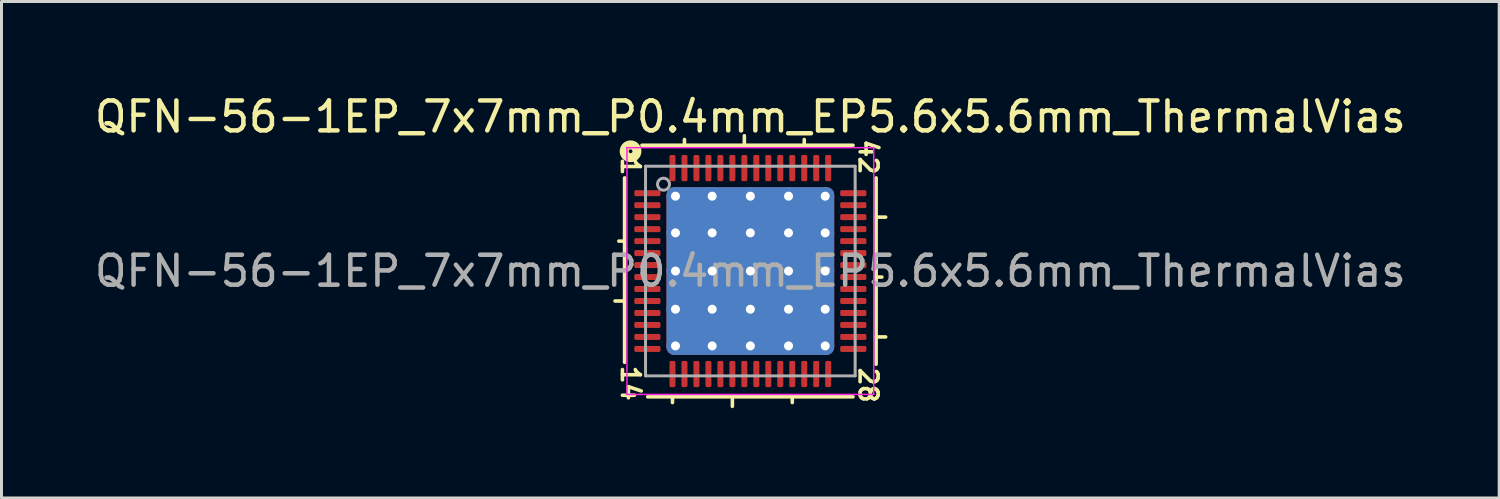
<source format=kicad_pcb>
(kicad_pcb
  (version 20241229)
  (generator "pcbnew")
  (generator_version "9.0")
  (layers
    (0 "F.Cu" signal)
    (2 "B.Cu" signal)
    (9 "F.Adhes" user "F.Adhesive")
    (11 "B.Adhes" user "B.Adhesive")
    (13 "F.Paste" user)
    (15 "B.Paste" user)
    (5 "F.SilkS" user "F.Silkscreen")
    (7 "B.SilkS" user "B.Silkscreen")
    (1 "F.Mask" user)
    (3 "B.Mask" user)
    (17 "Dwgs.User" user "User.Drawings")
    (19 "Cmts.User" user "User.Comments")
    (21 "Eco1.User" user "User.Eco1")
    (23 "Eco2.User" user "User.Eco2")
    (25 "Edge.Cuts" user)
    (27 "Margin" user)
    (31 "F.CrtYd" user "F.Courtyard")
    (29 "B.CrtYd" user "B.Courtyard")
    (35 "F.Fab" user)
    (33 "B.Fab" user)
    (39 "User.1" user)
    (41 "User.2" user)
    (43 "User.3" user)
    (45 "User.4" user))
  (footprint "QFN-56-1EP_7x7mm_P0.4mm_EP5.6x5.6mm_ThermalVias"
    (layer "F.Cu")
    (at 22.006 6.001)
    (property "Reference" "QFN-56-1EP_7x7mm_P0.4mm_EP5.6x5.6mm_ThermalVias" (at 0 -5.152 0) (layer "F.SilkS") (effects (font (size 1 1) (thickness 0.15))))
    (attr smd)
    (fp_line (start -4.2 -3.111) (end -4.2 3.048) (stroke (width 0.12) (type solid)) (layer "F.SilkS"))
    (fp_line (start -4.2 -1) (end -4.391 -1) (stroke (width 0.12) (type solid)) (layer "F.SilkS"))
    (fp_line (start -4.2 1) (end -4.518 1) (stroke (width 0.12) (type solid)) (layer "F.SilkS"))
    (fp_line (start -3.429 4.2) (end 3.429 4.2) (stroke (width 0.12) (type solid)) (layer "F.SilkS"))
    (fp_line (start -2.6 4.2) (end -2.6 4.391) (stroke (width 0.12) (type solid)) (layer "F.SilkS"))
    (fp_line (start -2.2 -4.2) (end -2.2 -4.391) (stroke (width 0.12) (type solid)) (layer "F.SilkS"))
    (fp_line (start -0.6 4.2) (end -0.6 4.518) (stroke (width 0.12) (type solid)) (layer "F.SilkS"))
    (fp_line (start -0.2 -4.2) (end -0.2 -4.518) (stroke (width 0.12) (type solid)) (layer "F.SilkS"))
    (fp_line (start 1.4 4.2) (end 1.4 4.391) (stroke (width 0.12) (type solid)) (layer "F.SilkS"))
    (fp_line (start 1.8 -4.2) (end 1.8 -4.391) (stroke (width 0.12) (type solid)) (layer "F.SilkS"))
    (fp_line (start 3.429 -4.2) (end -3.619 -4.2) (stroke (width 0.12) (type solid)) (layer "F.SilkS"))
    (fp_line (start 4.2 -1.8) (end 4.518 -1.8) (stroke (width 0.12) (type solid)) (layer "F.SilkS"))
    (fp_line (start 4.2 0.2) (end 4.391 0.2) (stroke (width 0.12) (type solid)) (layer "F.SilkS"))
    (fp_line (start 4.2 2.2) (end 4.518 2.2) (stroke (width 0.12) (type solid)) (layer "F.SilkS"))
    (fp_line (start 4.2 3.111) (end 4.2 -3.111) (stroke (width 0.12) (type solid)) (layer "F.SilkS"))
    (fp_circle (center -4 -4) (end -3.937 -4) (stroke (width 0.3) (type solid)) (fill no) (layer "F.SilkS"))
    (fp_line (start -4.12 -4.12) (end -4.12 4.12) (stroke (width 0.05) (type solid)) (layer "F.CrtYd"))
    (fp_line (start -4.12 4.12) (end 4.12 4.12) (stroke (width 0.05) (type solid)) (layer "F.CrtYd"))
    (fp_line (start 4.12 -4.12) (end -4.12 -4.12) (stroke (width 0.05) (type solid)) (layer "F.CrtYd"))
    (fp_line (start 4.12 4.12) (end 4.12 -4.12) (stroke (width 0.05) (type solid)) (layer "F.CrtYd"))
    (fp_line (start -3.5 -3.5) (end 3.5 -3.5) (stroke (width 0.1) (type solid)) (layer "F.Fab"))
    (fp_line (start -3.5 3.5) (end -3.5 -3.5) (stroke (width 0.1) (type solid)) (layer "F.Fab"))
    (fp_line (start 3.5 -3.5) (end 3.5 3.5) (stroke (width 0.1) (type solid)) (layer "F.Fab"))
    (fp_line (start 3.5 3.5) (end -3.5 3.5) (stroke (width 0.1) (type solid)) (layer "F.Fab"))
    (fp_circle (center -2.9 -2.9) (end -2.7 -2.9) (stroke (width 0.1) (type solid)) (fill no) (layer "F.Fab"))
    (fp_text user "42" (at 3.937 -3.81 270) (unlocked yes) (layer "F.SilkS") (effects (font (size 0.6 0.6) (thickness 0.12))))
    (fp_text user "28" (at 3.937 3.81 270) (unlocked yes) (layer "F.SilkS") (effects (font (size 0.6 0.6) (thickness 0.12))))
    (fp_text user "1" (at -4 -3.493 270) (unlocked yes) (layer "F.SilkS") (effects (font (size 0.6 0.6) (thickness 0.12))))
    (fp_text user "14" (at -4 3.747 270) (unlocked yes) (layer "F.SilkS") (effects (font (size 0.6 0.6) (thickness 0.12))))
    (fp_text user "${REFERENCE}" (at 0 0 0) (layer "F.Fab") (effects (font (size 1 1) (thickness 0.15))))
    (pad "" smd roundrect (at -1.913 -1.913) (size 1.084 1.084) (layers "F.Paste") (roundrect_rratio 0.231))
    (pad "" smd roundrect (at -1.913 -0.637) (size 1.084 1.084) (layers "F.Paste") (roundrect_rratio 0.231))
    (pad "" smd roundrect (at -1.913 0.637) (size 1.084 1.084) (layers "F.Paste") (roundrect_rratio 0.231))
    (pad "" smd roundrect (at -1.913 1.913) (size 1.084 1.084) (layers "F.Paste") (roundrect_rratio 0.231))
    (pad "" smd roundrect (at -0.637 -1.913) (size 1.084 1.084) (layers "F.Paste") (roundrect_rratio 0.231))
    (pad "" smd roundrect (at -0.637 -0.637) (size 1.084 1.084) (layers "F.Paste") (roundrect_rratio 0.231))
    (pad "" smd roundrect (at -0.637 0.637) (size 1.084 1.084) (layers "F.Paste") (roundrect_rratio 0.231))
    (pad "" smd roundrect (at -0.637 1.913) (size 1.084 1.084) (layers "F.Paste") (roundrect_rratio 0.231))
    (pad "" smd roundrect (at 0.637 -1.913) (size 1.084 1.084) (layers "F.Paste") (roundrect_rratio 0.231))
    (pad "" smd roundrect (at 0.637 -0.637) (size 1.084 1.084) (layers "F.Paste") (roundrect_rratio 0.231))
    (pad "" smd roundrect (at 0.637 0.637) (size 1.084 1.084) (layers "F.Paste") (roundrect_rratio 0.231))
    (pad "" smd roundrect (at 0.637 1.913) (size 1.084 1.084) (layers "F.Paste") (roundrect_rratio 0.231))
    (pad "" smd roundrect (at 1.913 -1.913) (size 1.084 1.084) (layers "F.Paste") (roundrect_rratio 0.231))
    (pad "" smd roundrect (at 1.913 -0.637) (size 1.084 1.084) (layers "F.Paste") (roundrect_rratio 0.231))
    (pad "" smd roundrect (at 1.913 0.637) (size 1.084 1.084) (layers "F.Paste") (roundrect_rratio 0.231))
    (pad "" smd roundrect (at 1.913 1.913) (size 1.084 1.084) (layers "F.Paste") (roundrect_rratio 0.231))
    (pad "1" smd roundrect (at -3.438 -2.6) (size 0.875 0.2) (layers "F.Cu" "F.Mask" "F.Paste") (roundrect_rratio 0.25))
    (pad "2" smd roundrect (at -3.438 -2.2) (size 0.875 0.2) (layers "F.Cu" "F.Mask" "F.Paste") (roundrect_rratio 0.25))
    (pad "3" smd roundrect (at -3.438 -1.8) (size 0.875 0.2) (layers "F.Cu" "F.Mask" "F.Paste") (roundrect_rratio 0.25))
    (pad "4" smd roundrect (at -3.438 -1.4) (size 0.875 0.2) (layers "F.Cu" "F.Mask" "F.Paste") (roundrect_rratio 0.25))
    (pad "5" smd roundrect (at -3.438 -1) (size 0.875 0.2) (layers "F.Cu" "F.Mask" "F.Paste") (roundrect_rratio 0.25))
    (pad "6" smd roundrect (at -3.438 -0.6) (size 0.875 0.2) (layers "F.Cu" "F.Mask" "F.Paste") (roundrect_rratio 0.25))
    (pad "7" smd roundrect (at -3.438 -0.2) (size 0.875 0.2) (layers "F.Cu" "F.Mask" "F.Paste") (roundrect_rratio 0.25))
    (pad "8" smd roundrect (at -3.438 0.2) (size 0.875 0.2) (layers "F.Cu" "F.Mask" "F.Paste") (roundrect_rratio 0.25))
    (pad "9" smd roundrect (at -3.438 0.6) (size 0.875 0.2) (layers "F.Cu" "F.Mask" "F.Paste") (roundrect_rratio 0.25))
    (pad "10" smd roundrect (at -3.438 1) (size 0.875 0.2) (layers "F.Cu" "F.Mask" "F.Paste") (roundrect_rratio 0.25))
    (pad "11" smd roundrect (at -3.438 1.4) (size 0.875 0.2) (layers "F.Cu" "F.Mask" "F.Paste") (roundrect_rratio 0.25))
    (pad "12" smd roundrect (at -3.438 1.8) (size 0.875 0.2) (layers "F.Cu" "F.Mask" "F.Paste") (roundrect_rratio 0.25))
    (pad "13" smd roundrect (at -3.438 2.2) (size 0.875 0.2) (layers "F.Cu" "F.Mask" "F.Paste") (roundrect_rratio 0.25))
    (pad "14" smd roundrect (at -3.438 2.6) (size 0.875 0.2) (layers "F.Cu" "F.Mask" "F.Paste") (roundrect_rratio 0.25))
    (pad "15" smd roundrect (at -2.6 3.438) (size 0.2 0.875) (layers "F.Cu" "F.Mask" "F.Paste") (roundrect_rratio 0.25))
    (pad "16" smd roundrect (at -2.2 3.438) (size 0.2 0.875) (layers "F.Cu" "F.Mask" "F.Paste") (roundrect_rratio 0.25))
    (pad "17" smd roundrect (at -1.8 3.438) (size 0.2 0.875) (layers "F.Cu" "F.Mask" "F.Paste") (roundrect_rratio 0.25))
    (pad "18" smd roundrect (at -1.4 3.438) (size 0.2 0.875) (layers "F.Cu" "F.Mask" "F.Paste") (roundrect_rratio 0.25))
    (pad "19" smd roundrect (at -1 3.438) (size 0.2 0.875) (layers "F.Cu" "F.Mask" "F.Paste") (roundrect_rratio 0.25))
    (pad "20" smd roundrect (at -0.6 3.438) (size 0.2 0.875) (layers "F.Cu" "F.Mask" "F.Paste") (roundrect_rratio 0.25))
    (pad "21" smd roundrect (at -0.2 3.438) (size 0.2 0.875) (layers "F.Cu" "F.Mask" "F.Paste") (roundrect_rratio 0.25))
    (pad "22" smd roundrect (at 0.2 3.438) (size 0.2 0.875) (layers "F.Cu" "F.Mask" "F.Paste") (roundrect_rratio 0.25))
    (pad "23" smd roundrect (at 0.6 3.438) (size 0.2 0.875) (layers "F.Cu" "F.Mask" "F.Paste") (roundrect_rratio 0.25))
    (pad "24" smd roundrect (at 1 3.438) (size 0.2 0.875) (layers "F.Cu" "F.Mask" "F.Paste") (roundrect_rratio 0.25))
    (pad "25" smd roundrect (at 1.4 3.438) (size 0.2 0.875) (layers "F.Cu" "F.Mask" "F.Paste") (roundrect_rratio 0.25))
    (pad "26" smd roundrect (at 1.8 3.438) (size 0.2 0.875) (layers "F.Cu" "F.Mask" "F.Paste") (roundrect_rratio 0.25))
    (pad "27" smd roundrect (at 2.2 3.438) (size 0.2 0.875) (layers "F.Cu" "F.Mask" "F.Paste") (roundrect_rratio 0.25))
    (pad "28" smd roundrect (at 2.6 3.438) (size 0.2 0.875) (layers "F.Cu" "F.Mask" "F.Paste") (roundrect_rratio 0.25))
    (pad "29" smd roundrect (at 3.438 2.6) (size 0.875 0.2) (layers "F.Cu" "F.Mask" "F.Paste") (roundrect_rratio 0.25))
    (pad "30" smd roundrect (at 3.438 2.2) (size 0.875 0.2) (layers "F.Cu" "F.Mask" "F.Paste") (roundrect_rratio 0.25))
    (pad "31" smd roundrect (at 3.438 1.8) (size 0.875 0.2) (layers "F.Cu" "F.Mask" "F.Paste") (roundrect_rratio 0.25))
    (pad "32" smd roundrect (at 3.438 1.4) (size 0.875 0.2) (layers "F.Cu" "F.Mask" "F.Paste") (roundrect_rratio 0.25))
    (pad "33" smd roundrect (at 3.438 1) (size 0.875 0.2) (layers "F.Cu" "F.Mask" "F.Paste") (roundrect_rratio 0.25))
    (pad "34" smd roundrect (at 3.438 0.6) (size 0.875 0.2) (layers "F.Cu" "F.Mask" "F.Paste") (roundrect_rratio 0.25))
    (pad "35" smd roundrect (at 3.438 0.2) (size 0.875 0.2) (layers "F.Cu" "F.Mask" "F.Paste") (roundrect_rratio 0.25))
    (pad "36" smd roundrect (at 3.438 -0.2) (size 0.875 0.2) (layers "F.Cu" "F.Mask" "F.Paste") (roundrect_rratio 0.25))
    (pad "37" smd roundrect (at 3.438 -0.6) (size 0.875 0.2) (layers "F.Cu" "F.Mask" "F.Paste") (roundrect_rratio 0.25))
    (pad "38" smd roundrect (at 3.438 -1) (size 0.875 0.2) (layers "F.Cu" "F.Mask" "F.Paste") (roundrect_rratio 0.25))
    (pad "39" smd roundrect (at 3.438 -1.4) (size 0.875 0.2) (layers "F.Cu" "F.Mask" "F.Paste") (roundrect_rratio 0.25))
    (pad "40" smd roundrect (at 3.438 -1.8) (size 0.875 0.2) (layers "F.Cu" "F.Mask" "F.Paste") (roundrect_rratio 0.25))
    (pad "41" smd roundrect (at 3.438 -2.2) (size 0.875 0.2) (layers "F.Cu" "F.Mask" "F.Paste") (roundrect_rratio 0.25))
    (pad "42" smd roundrect (at 3.438 -2.6) (size 0.875 0.2) (layers "F.Cu" "F.Mask" "F.Paste") (roundrect_rratio 0.25))
    (pad "43" smd roundrect (at 2.6 -3.438) (size 0.2 0.875) (layers "F.Cu" "F.Mask" "F.Paste") (roundrect_rratio 0.25))
    (pad "44" smd roundrect (at 2.2 -3.438) (size 0.2 0.875) (layers "F.Cu" "F.Mask" "F.Paste") (roundrect_rratio 0.25))
    (pad "45" smd roundrect (at 1.8 -3.438) (size 0.2 0.875) (layers "F.Cu" "F.Mask" "F.Paste") (roundrect_rratio 0.25))
    (pad "46" smd roundrect (at 1.4 -3.438) (size 0.2 0.875) (layers "F.Cu" "F.Mask" "F.Paste") (roundrect_rratio 0.25))
    (pad "47" smd roundrect (at 1 -3.438) (size 0.2 0.875) (layers "F.Cu" "F.Mask" "F.Paste") (roundrect_rratio 0.25))
    (pad "48" smd roundrect (at 0.6 -3.438) (size 0.2 0.875) (layers "F.Cu" "F.Mask" "F.Paste") (roundrect_rratio 0.25))
    (pad "49" smd roundrect (at 0.2 -3.438) (size 0.2 0.875) (layers "F.Cu" "F.Mask" "F.Paste") (roundrect_rratio 0.25))
    (pad "50" smd roundrect (at -0.2 -3.438) (size 0.2 0.875) (layers "F.Cu" "F.Mask" "F.Paste") (roundrect_rratio 0.25))
    (pad "51" smd roundrect (at -0.6 -3.438) (size 0.2 0.875) (layers "F.Cu" "F.Mask" "F.Paste") (roundrect_rratio 0.25))
    (pad "52" smd roundrect (at -1 -3.438) (size 0.2 0.875) (layers "F.Cu" "F.Mask" "F.Paste") (roundrect_rratio 0.25))
    (pad "53" smd roundrect (at -1.4 -3.438) (size 0.2 0.875) (layers "F.Cu" "F.Mask" "F.Paste") (roundrect_rratio 0.25))
    (pad "54" smd roundrect (at -1.8 -3.438) (size 0.2 0.875) (layers "F.Cu" "F.Mask" "F.Paste") (roundrect_rratio 0.25))
    (pad "55" smd roundrect (at -2.2 -3.438) (size 0.2 0.875) (layers "F.Cu" "F.Mask" "F.Paste") (roundrect_rratio 0.25))
    (pad "56" smd roundrect (at -2.6 -3.438) (size 0.2 0.875) (layers "F.Cu" "F.Mask" "F.Paste") (roundrect_rratio 0.25))
    (pad "57" thru_hole circle (at -2.5 -2.5) (size 0.6 0.6) (drill 0.3) (property pad_prop_heatsink) (layers "*.Cu"))
    (pad "57" thru_hole circle (at -2.5 -1.275) (size 0.6 0.6) (drill 0.3) (property pad_prop_heatsink) (layers "*.Cu"))
    (pad "57" thru_hole circle (at -2.5 0) (size 0.6 0.6) (drill 0.3) (property pad_prop_heatsink) (layers "*.Cu"))
    (pad "57" thru_hole circle (at -2.5 1.275) (size 0.6 0.6) (drill 0.3) (property pad_prop_heatsink) (layers "*.Cu"))
    (pad "57" thru_hole circle (at -2.5 2.5) (size 0.6 0.6) (drill 0.3) (property pad_prop_heatsink) (layers "*.Cu"))
    (pad "57" thru_hole circle (at -1.275 -2.5) (size 0.6 0.6) (drill 0.3) (property pad_prop_heatsink) (layers "*.Cu"))
    (pad "57" thru_hole circle (at -1.275 -1.275) (size 0.6 0.6) (drill 0.3) (property pad_prop_heatsink) (layers "*.Cu"))
    (pad "57" thru_hole circle (at -1.275 0) (size 0.6 0.6) (drill 0.3) (property pad_prop_heatsink) (layers "*.Cu"))
    (pad "57" thru_hole circle (at -1.275 1.275) (size 0.6 0.6) (drill 0.3) (property pad_prop_heatsink) (layers "*.Cu"))
    (pad "57" thru_hole circle (at -1.275 2.5) (size 0.6 0.6) (drill 0.3) (property pad_prop_heatsink) (layers "*.Cu"))
    (pad "57" thru_hole circle (at 0 -2.5) (size 0.6 0.6) (drill 0.3) (property pad_prop_heatsink) (layers "*.Cu"))
    (pad "57" thru_hole circle (at 0 -1.275) (size 0.6 0.6) (drill 0.3) (property pad_prop_heatsink) (layers "*.Cu"))
    (pad "57" thru_hole circle (at 0 0) (size 0.6 0.6) (drill 0.3) (property pad_prop_heatsink) (layers "*.Cu"))
    (pad "57" smd roundrect (at 0 0) (size 5.6 5.6) (layers "F.Cu" "F.Mask") (roundrect_rratio 0.045))
    (pad "57" smd roundrect (at 0 0) (size 5.6 5.6) (layers "B.Cu" "B.Mask") (roundrect_rratio 0.045))
    (pad "57" thru_hole circle (at 0 1.275) (size 0.6 0.6) (drill 0.3) (property pad_prop_heatsink) (layers "*.Cu"))
    (pad "57" thru_hole circle (at 0 2.5) (size 0.6 0.6) (drill 0.3) (property pad_prop_heatsink) (layers "*.Cu"))
    (pad "57" thru_hole circle (at 1.275 -2.5) (size 0.6 0.6) (drill 0.3) (property pad_prop_heatsink) (layers "*.Cu"))
    (pad "57" thru_hole circle (at 1.275 -1.275) (size 0.6 0.6) (drill 0.3) (property pad_prop_heatsink) (layers "*.Cu"))
    (pad "57" thru_hole circle (at 1.275 0) (size 0.6 0.6) (drill 0.3) (property pad_prop_heatsink) (layers "*.Cu"))
    (pad "57" thru_hole circle (at 1.275 1.275) (size 0.6 0.6) (drill 0.3) (property pad_prop_heatsink) (layers "*.Cu"))
    (pad "57" thru_hole circle (at 1.275 2.5) (size 0.6 0.6) (drill 0.3) (property pad_prop_heatsink) (layers "*.Cu"))
    (pad "57" thru_hole circle (at 2.5 -2.5) (size 0.6 0.6) (drill 0.3) (property pad_prop_heatsink) (layers "*.Cu"))
    (pad "57" thru_hole circle (at 2.5 -1.275) (size 0.6 0.6) (drill 0.3) (property pad_prop_heatsink) (layers "*.Cu"))
    (pad "57" thru_hole circle (at 2.5 0) (size 0.6 0.6) (drill 0.3) (property pad_prop_heatsink) (layers "*.Cu"))
    (pad "57" thru_hole circle (at 2.5 1.275) (size 0.6 0.6) (drill 0.3) (property pad_prop_heatsink) (layers "*.Cu"))
    (pad "57" thru_hole circle (at 2.5 2.5) (size 0.6 0.6) (drill 0.3) (property pad_prop_heatsink) (layers "*.Cu")))
  (gr_rect
    (start -3 -3)
    (end 47.012 13.578)
    (stroke (width 0.1) (type default))
    (fill no)
    (layer "Edge.Cuts")))
</source>
